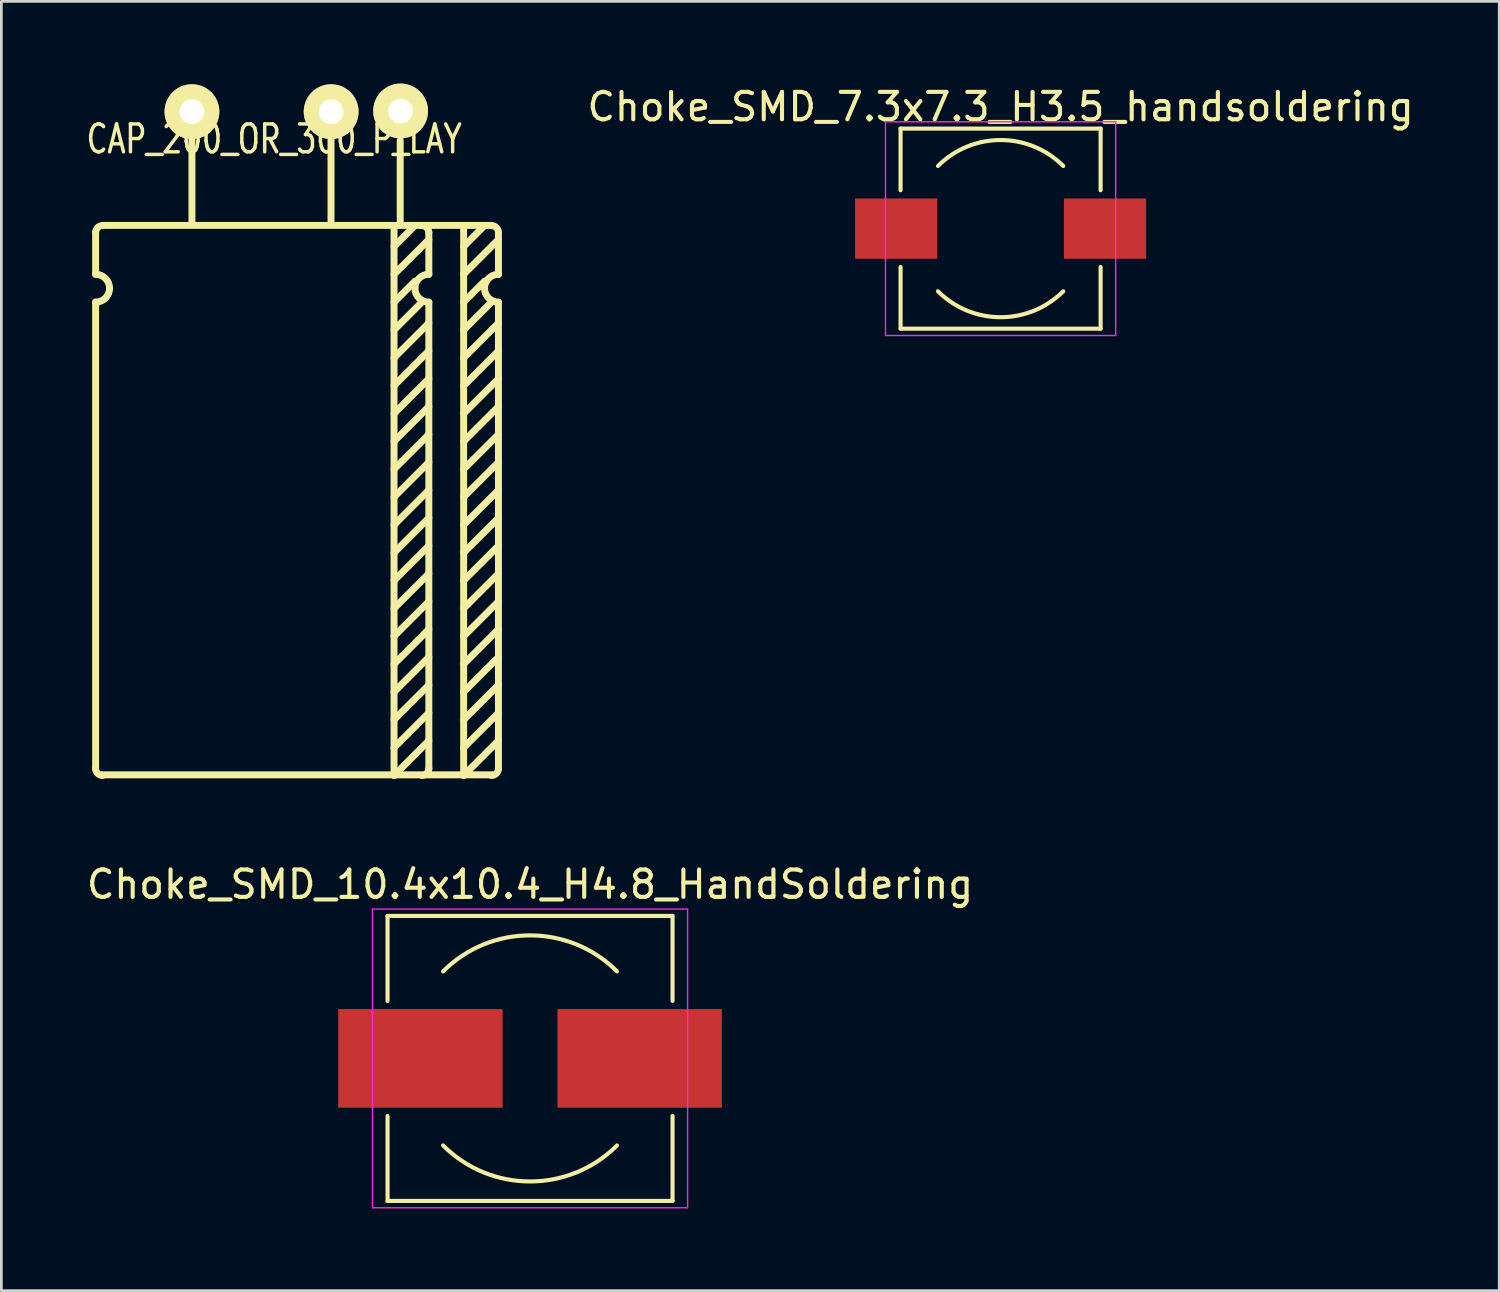
<source format=kicad_pcb>
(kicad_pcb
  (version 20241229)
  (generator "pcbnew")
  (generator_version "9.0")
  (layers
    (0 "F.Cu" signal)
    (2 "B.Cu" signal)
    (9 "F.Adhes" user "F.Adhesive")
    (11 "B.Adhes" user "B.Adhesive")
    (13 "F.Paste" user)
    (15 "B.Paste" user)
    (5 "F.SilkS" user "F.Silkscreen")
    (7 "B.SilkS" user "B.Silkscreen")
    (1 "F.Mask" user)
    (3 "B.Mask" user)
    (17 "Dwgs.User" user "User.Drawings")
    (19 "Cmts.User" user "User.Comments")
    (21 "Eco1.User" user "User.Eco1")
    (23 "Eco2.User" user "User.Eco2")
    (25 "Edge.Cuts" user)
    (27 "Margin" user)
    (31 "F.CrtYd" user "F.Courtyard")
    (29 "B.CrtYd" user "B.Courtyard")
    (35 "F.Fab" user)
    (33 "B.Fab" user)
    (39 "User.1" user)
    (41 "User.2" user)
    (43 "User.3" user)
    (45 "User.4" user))
  (footprint "CAP_200_OR_300_P_LAY"
    (layer "F.Cu")
    (at 3.954 1.025)
    (property "Reference" "CAP_200_OR_300_P_LAY" (at 3 1 0) (layer "F.SilkS") (effects (font (size 1.016 0.762) (thickness 0.127))))
    (attr through_hole)
    (fp_line (start -3.515 4.411) (end -3.515 5.935) (stroke (width 0.254) (type solid)) (layer "F.SilkS"))
    (fp_line (start -3.515 6.951) (end -3.515 23.969) (stroke (width 0.254) (type solid)) (layer "F.SilkS"))
    (fp_line (start -3.3 24.2) (end 10.95 24.2) (stroke (width 0.254) (type solid)) (layer "F.SilkS"))
    (fp_line (start -3.25 4.15) (end 10.925 4.15) (stroke (width 0.254) (type solid)) (layer "F.SilkS"))
    (fp_line (start 0 4.1) (end 0 1.016) (stroke (width 0.254) (type solid)) (layer "F.SilkS"))
    (fp_line (start 5.075 4.05) (end 5.075 1.025) (stroke (width 0.254) (type solid)) (layer "F.SilkS"))
    (fp_line (start 7.375 4.157) (end 7.375 24.223) (stroke (width 0.254) (type solid)) (layer "F.SilkS"))
    (fp_line (start 7.375 6.951) (end 8.137 6.189) (stroke (width 0.254) (type solid)) (layer "F.SilkS"))
    (fp_line (start 7.375 7.967) (end 8.391 6.951) (stroke (width 0.254) (type solid)) (layer "F.SilkS"))
    (fp_line (start 7.375 8.983) (end 8.645 7.713) (stroke (width 0.254) (type solid)) (layer "F.SilkS"))
    (fp_line (start 7.375 9.999) (end 8.645 8.729) (stroke (width 0.254) (type solid)) (layer "F.SilkS"))
    (fp_line (start 7.375 11.015) (end 8.645 9.745) (stroke (width 0.254) (type solid)) (layer "F.SilkS"))
    (fp_line (start 7.375 12.031) (end 8.645 10.761) (stroke (width 0.254) (type solid)) (layer "F.SilkS"))
    (fp_line (start 7.375 13.047) (end 8.645 11.777) (stroke (width 0.254) (type solid)) (layer "F.SilkS"))
    (fp_line (start 7.375 14.063) (end 8.645 12.793) (stroke (width 0.254) (type solid)) (layer "F.SilkS"))
    (fp_line (start 7.375 15.079) (end 8.645 13.809) (stroke (width 0.254) (type solid)) (layer "F.SilkS"))
    (fp_line (start 7.375 16.095) (end 8.645 14.825) (stroke (width 0.254) (type solid)) (layer "F.SilkS"))
    (fp_line (start 7.375 17.111) (end 8.645 15.841) (stroke (width 0.254) (type solid)) (layer "F.SilkS"))
    (fp_line (start 7.375 18.127) (end 8.645 16.857) (stroke (width 0.254) (type solid)) (layer "F.SilkS"))
    (fp_line (start 7.375 19.143) (end 8.645 17.873) (stroke (width 0.254) (type solid)) (layer "F.SilkS"))
    (fp_line (start 7.375 20.159) (end 8.645 18.889) (stroke (width 0.254) (type solid)) (layer "F.SilkS"))
    (fp_line (start 7.375 21.175) (end 8.645 19.905) (stroke (width 0.254) (type solid)) (layer "F.SilkS"))
    (fp_line (start 7.375 22.191) (end 8.645 20.921) (stroke (width 0.254) (type solid)) (layer "F.SilkS"))
    (fp_line (start 7.375 23.207) (end 8.645 21.937) (stroke (width 0.254) (type solid)) (layer "F.SilkS"))
    (fp_line (start 7.375 24.223) (end 8.645 22.953) (stroke (width 0.254) (type solid)) (layer "F.SilkS"))
    (fp_line (start 7.6 4.075) (end 7.6 1.05) (stroke (width 0.254) (type solid)) (layer "F.SilkS"))
    (fp_line (start 8.137 4.157) (end 7.375 4.919) (stroke (width 0.254) (type solid)) (layer "F.SilkS"))
    (fp_line (start 8.645 4.411) (end 8.645 5.935) (stroke (width 0.254) (type solid)) (layer "F.SilkS"))
    (fp_line (start 8.645 4.665) (end 7.375 5.935) (stroke (width 0.254) (type solid)) (layer "F.SilkS"))
    (fp_line (start 8.645 6.951) (end 8.645 23.969) (stroke (width 0.254) (type solid)) (layer "F.SilkS"))
    (fp_line (start 9.915 4.157) (end 9.915 24.223) (stroke (width 0.254) (type solid)) (layer "F.SilkS"))
    (fp_line (start 9.915 6.951) (end 10.677 6.189) (stroke (width 0.254) (type solid)) (layer "F.SilkS"))
    (fp_line (start 9.915 7.967) (end 10.931 6.951) (stroke (width 0.254) (type solid)) (layer "F.SilkS"))
    (fp_line (start 9.915 8.983) (end 11.185 7.713) (stroke (width 0.254) (type solid)) (layer "F.SilkS"))
    (fp_line (start 9.915 9.999) (end 11.185 8.729) (stroke (width 0.254) (type solid)) (layer "F.SilkS"))
    (fp_line (start 9.915 11.015) (end 11.185 9.745) (stroke (width 0.254) (type solid)) (layer "F.SilkS"))
    (fp_line (start 9.915 12.031) (end 11.185 10.761) (stroke (width 0.254) (type solid)) (layer "F.SilkS"))
    (fp_line (start 9.915 13.047) (end 11.185 11.777) (stroke (width 0.254) (type solid)) (layer "F.SilkS"))
    (fp_line (start 9.915 14.063) (end 11.185 12.793) (stroke (width 0.254) (type solid)) (layer "F.SilkS"))
    (fp_line (start 9.915 15.079) (end 11.185 13.809) (stroke (width 0.254) (type solid)) (layer "F.SilkS"))
    (fp_line (start 9.915 16.095) (end 11.185 14.825) (stroke (width 0.254) (type solid)) (layer "F.SilkS"))
    (fp_line (start 9.915 17.111) (end 11.185 15.841) (stroke (width 0.254) (type solid)) (layer "F.SilkS"))
    (fp_line (start 9.915 18.127) (end 11.185 16.857) (stroke (width 0.254) (type solid)) (layer "F.SilkS"))
    (fp_line (start 9.915 19.143) (end 11.185 17.873) (stroke (width 0.254) (type solid)) (layer "F.SilkS"))
    (fp_line (start 9.915 20.159) (end 11.185 18.889) (stroke (width 0.254) (type solid)) (layer "F.SilkS"))
    (fp_line (start 9.915 21.175) (end 11.185 19.905) (stroke (width 0.254) (type solid)) (layer "F.SilkS"))
    (fp_line (start 9.915 22.191) (end 11.185 20.921) (stroke (width 0.254) (type solid)) (layer "F.SilkS"))
    (fp_line (start 9.915 23.207) (end 11.185 21.937) (stroke (width 0.254) (type solid)) (layer "F.SilkS"))
    (fp_line (start 9.915 24.223) (end 11.185 22.953) (stroke (width 0.254) (type solid)) (layer "F.SilkS"))
    (fp_line (start 10.677 4.157) (end 9.915 4.919) (stroke (width 0.254) (type solid)) (layer "F.SilkS"))
    (fp_line (start 11.185 4.411) (end 11.185 5.935) (stroke (width 0.254) (type solid)) (layer "F.SilkS"))
    (fp_line (start 11.185 4.665) (end 9.915 5.935) (stroke (width 0.254) (type solid)) (layer "F.SilkS"))
    (fp_line (start 11.185 6.951) (end 11.185 23.969) (stroke (width 0.254) (type solid)) (layer "F.SilkS"))
    (fp_arc (start -3.515 4.411) (mid -3.440605 4.231395) (end -3.261 4.157) (stroke (width 0.254) (type solid)) (layer "F.SilkS"))
    (fp_arc (start -3.515 5.935) (mid -3.15579 6.08379) (end -3.007 6.443) (stroke (width 0.254) (type solid)) (layer "F.SilkS"))
    (fp_arc (start -3.261 24.223) (mid -3.440605 24.148605) (end -3.515 23.969) (stroke (width 0.254) (type solid)) (layer "F.SilkS"))
    (fp_arc (start -3.007 6.443) (mid -3.15579 6.80221) (end -3.515 6.951) (stroke (width 0.254) (type solid)) (layer "F.SilkS"))
    (fp_arc (start 8.137 6.443) (mid 8.28579 6.08379) (end 8.645 5.935) (stroke (width 0.254) (type solid)) (layer "F.SilkS"))
    (fp_arc (start 8.391 4.157) (mid 8.570605 4.231395) (end 8.645 4.411) (stroke (width 0.254) (type solid)) (layer "F.SilkS"))
    (fp_arc (start 8.645 6.951) (mid 8.28579 6.80221) (end 8.137 6.443) (stroke (width 0.254) (type solid)) (layer "F.SilkS"))
    (fp_arc (start 8.645 23.969) (mid 8.570605 24.148605) (end 8.391 24.223) (stroke (width 0.254) (type solid)) (layer "F.SilkS"))
    (fp_arc (start 10.677 6.443) (mid 10.82579 6.08379) (end 11.185 5.935) (stroke (width 0.254) (type solid)) (layer "F.SilkS"))
    (fp_arc (start 10.931 4.157) (mid 11.110605 4.231395) (end 11.185 4.411) (stroke (width 0.254) (type solid)) (layer "F.SilkS"))
    (fp_arc (start 11.185 6.951) (mid 10.82579 6.80221) (end 10.677 6.443) (stroke (width 0.254) (type solid)) (layer "F.SilkS"))
    (fp_arc (start 11.185 23.969) (mid 11.110605 24.148605) (end 10.931 24.223) (stroke (width 0.254) (type solid)) (layer "F.SilkS"))
    (pad "1" thru_hole circle (at 0 0) (size 2 2) (drill 0.9) (layers "*.Cu" "*.Mask" "F.SilkS"))
    (pad "2" thru_hole circle (at 5.08 0) (size 2 2) (drill 0.9) (layers "*.Cu" "*.Mask" "F.SilkS"))
    (pad "2" thru_hole circle (at 7.615 -0.025) (size 2 2) (drill 0.9) (layers "*.Cu" "*.Mask" "F.SilkS")))
  (footprint "Choke_SMD_10.4x10.4_H4.8_HandSoldering"
    (layer "F.Cu")
    (at 16.292 35.573)
    (property "Reference" "Choke_SMD_10.4x10.4_H4.8_HandSoldering" (at 0 -6.35 0) (layer "F.SilkS") (effects (font (size 1 1) (thickness 0.15))))
    (attr smd)
    (fp_line (start -5.2 -5.2) (end -5.2 -2.1) (stroke (width 0.15) (type solid)) (layer "F.SilkS"))
    (fp_line (start -5.2 -5.2) (end 5.2 -5.2) (stroke (width 0.15) (type solid)) (layer "F.SilkS"))
    (fp_line (start -5.2 5.2) (end -5.2 2.1) (stroke (width 0.15) (type solid)) (layer "F.SilkS"))
    (fp_line (start -5.2 5.2) (end 5.2 5.2) (stroke (width 0.15) (type solid)) (layer "F.SilkS"))
    (fp_line (start 5.2 -5.2) (end 5.2 -2.1) (stroke (width 0.15) (type solid)) (layer "F.SilkS"))
    (fp_line (start 5.2 5.2) (end 5.2 2.1) (stroke (width 0.15) (type solid)) (layer "F.SilkS"))
    (fp_arc (start -3.175 -3.175) (mid 0 -4.490128) (end 3.175 -3.175) (stroke (width 0.15) (type solid)) (layer "F.SilkS"))
    (fp_arc (start 3.175 3.175) (mid 0 4.490128) (end -3.175 3.175) (stroke (width 0.15) (type solid)) (layer "F.SilkS"))
    (fp_line (start -5.75 -5.45) (end -5.75 5.45) (stroke (width 0.05) (type solid)) (layer "F.CrtYd"))
    (fp_line (start -5.75 5.45) (end 5.75 5.45) (stroke (width 0.05) (type solid)) (layer "F.CrtYd"))
    (fp_line (start 5.75 -5.45) (end -5.75 -5.45) (stroke (width 0.05) (type solid)) (layer "F.CrtYd"))
    (fp_line (start 5.75 5.45) (end 5.75 -5.45) (stroke (width 0.05) (type solid)) (layer "F.CrtYd"))
    (pad "1" smd rect (at -4 0) (size 6 3.6) (layers "F.Cu" "F.Mask" "F.Paste"))
    (pad "2" smd rect (at 4 0) (size 6 3.6) (layers "F.Cu" "F.Mask" "F.Paste")))
  (footprint "Choke_SMD_7.3x7.3_H3.5_handsoldering"
    (layer "F.Cu")
    (at 33.463 5.293)
    (property "Reference" "Choke_SMD_7.3x7.3_H3.5_handsoldering" (at 0 -4.445 0) (layer "F.SilkS") (effects (font (size 1 1) (thickness 0.15))))
    (attr smd)
    (fp_line (start -3.65 -3.65) (end -3.65 -1.4) (stroke (width 0.15) (type solid)) (layer "F.SilkS"))
    (fp_line (start -3.65 -3.65) (end 3.65 -3.65) (stroke (width 0.15) (type solid)) (layer "F.SilkS"))
    (fp_line (start -3.65 3.65) (end -3.65 1.4) (stroke (width 0.15) (type solid)) (layer "F.SilkS"))
    (fp_line (start 3.65 -3.65) (end 3.65 -1.4) (stroke (width 0.15) (type solid)) (layer "F.SilkS"))
    (fp_line (start 3.65 3.65) (end -3.65 3.65) (stroke (width 0.15) (type solid)) (layer "F.SilkS"))
    (fp_line (start 3.65 3.65) (end 3.65 1.4) (stroke (width 0.15) (type solid)) (layer "F.SilkS"))
    (fp_arc (start -2.286 -2.286) (mid 0 -3.232892) (end 2.286 -2.286) (stroke (width 0.15) (type solid)) (layer "F.SilkS"))
    (fp_arc (start 2.286 2.286) (mid 0 3.232892) (end -2.286 2.286) (stroke (width 0.15) (type solid)) (layer "F.SilkS"))
    (fp_line (start -4.2 -3.9) (end -4.2 3.9) (stroke (width 0.05) (type solid)) (layer "F.CrtYd"))
    (fp_line (start -4.2 3.9) (end 4.2 3.9) (stroke (width 0.05) (type solid)) (layer "F.CrtYd"))
    (fp_line (start 4.2 -3.9) (end -4.2 -3.9) (stroke (width 0.05) (type solid)) (layer "F.CrtYd"))
    (fp_line (start 4.2 3.9) (end 4.2 -3.9) (stroke (width 0.05) (type solid)) (layer "F.CrtYd"))
    (pad "1" smd rect (at -3.81 0) (size 3 2.2) (layers "F.Cu" "F.Mask" "F.Paste"))
    (pad "2" smd rect (at 3.81 0) (size 3 2.2) (layers "F.Cu" "F.Mask" "F.Paste")))
  (gr_rect
    (start -3 -3)
    (end 51.659 44.048)
    (stroke (width 0.1) (type default))
    (fill no)
    (layer "Edge.Cuts")))
</source>
